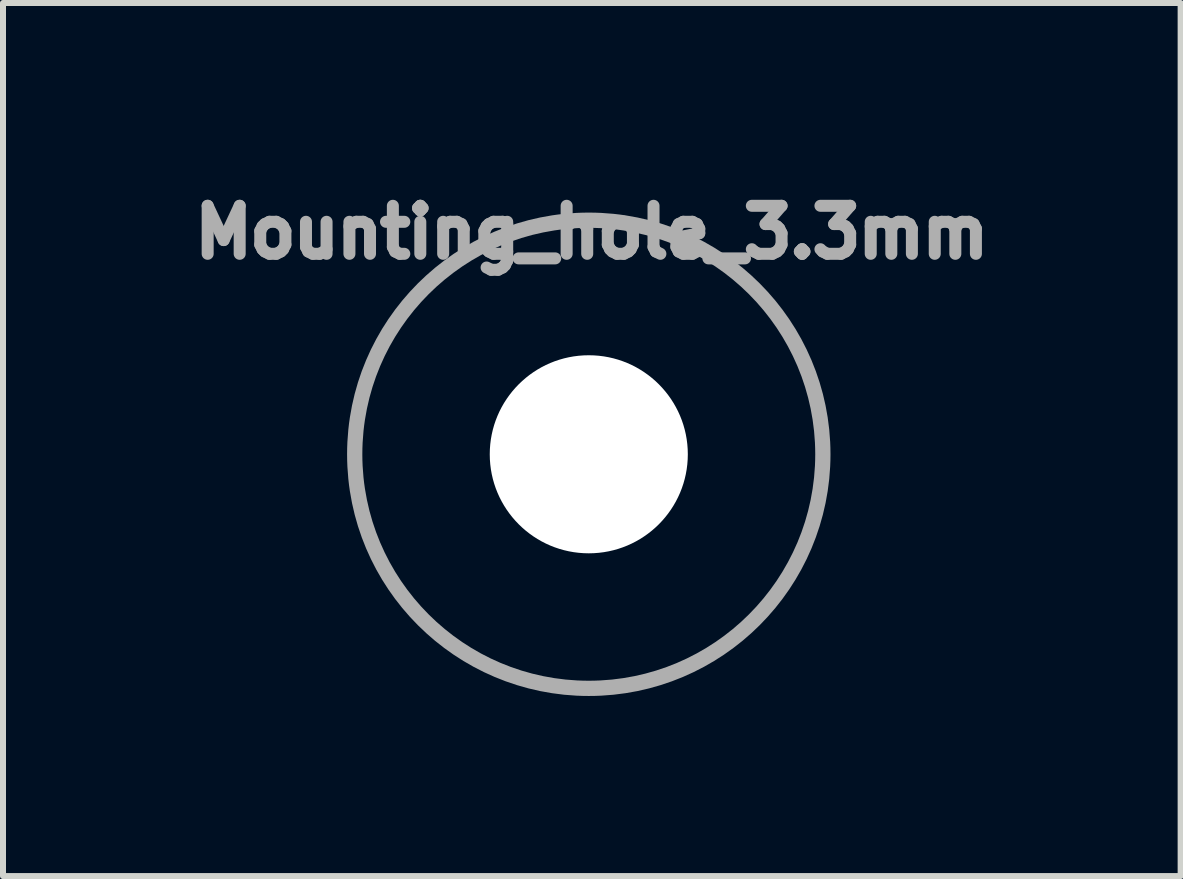
<source format=kicad_pcb>
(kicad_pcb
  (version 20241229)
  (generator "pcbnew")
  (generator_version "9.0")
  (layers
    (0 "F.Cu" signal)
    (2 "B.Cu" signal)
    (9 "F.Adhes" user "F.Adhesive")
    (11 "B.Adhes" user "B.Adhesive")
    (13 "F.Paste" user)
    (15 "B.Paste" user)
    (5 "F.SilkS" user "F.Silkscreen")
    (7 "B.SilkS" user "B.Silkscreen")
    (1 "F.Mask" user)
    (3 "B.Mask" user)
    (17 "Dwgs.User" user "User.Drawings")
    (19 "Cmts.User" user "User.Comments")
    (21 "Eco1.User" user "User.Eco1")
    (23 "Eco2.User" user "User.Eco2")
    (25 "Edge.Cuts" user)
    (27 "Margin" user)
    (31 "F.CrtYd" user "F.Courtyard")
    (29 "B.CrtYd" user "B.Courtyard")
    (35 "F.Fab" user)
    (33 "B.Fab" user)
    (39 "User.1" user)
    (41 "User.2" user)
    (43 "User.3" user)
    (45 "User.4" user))
  (footprint "Mounting_hole_3.3mm"
    (layer "F.Cu")
    (at 6.76 4.519)
    (property "Reference" "Mounting_hole_3.3mm" (at 0.05 -3.7 0) (layer "F.Fab") (effects (font (size 0.8 0.8) (thickness 0.2))))
    (attr exclude_from_pos_files exclude_from_bom)
    (fp_circle (center 0 0) (end -3.9 0) (stroke (width 0.254) (type solid)) (fill no) (layer "F.Fab"))
    (pad "" np_thru_hole circle (at 0 0) (size 3.3 3.3) (drill 3.3) (layers "*.Cu" "*.Mask")))
  (gr_rect
    (start -3 -3)
    (end 16.621 11.546)
    (stroke (width 0.1) (type default))
    (fill no)
    (layer "Edge.Cuts")))
</source>
